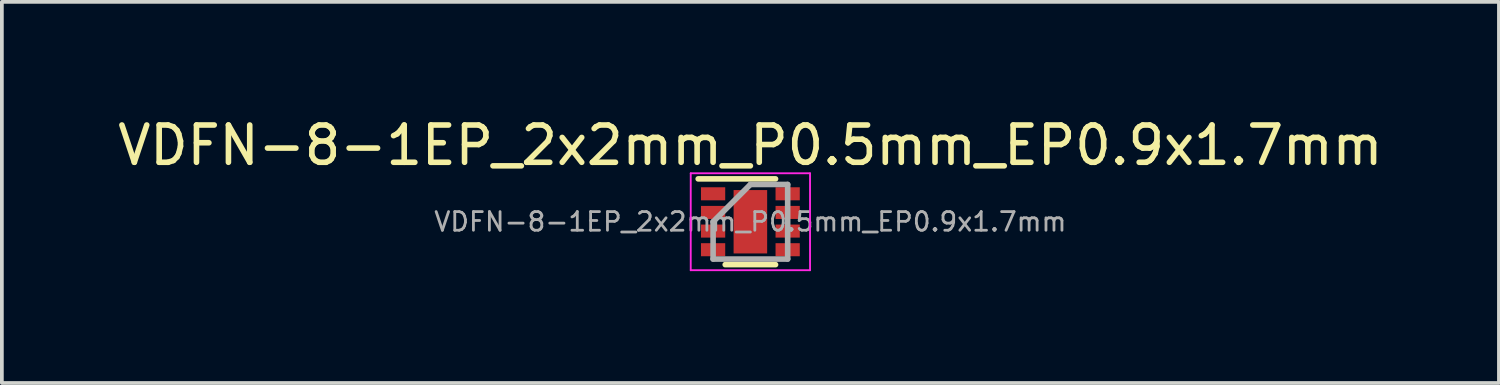
<source format=kicad_pcb>
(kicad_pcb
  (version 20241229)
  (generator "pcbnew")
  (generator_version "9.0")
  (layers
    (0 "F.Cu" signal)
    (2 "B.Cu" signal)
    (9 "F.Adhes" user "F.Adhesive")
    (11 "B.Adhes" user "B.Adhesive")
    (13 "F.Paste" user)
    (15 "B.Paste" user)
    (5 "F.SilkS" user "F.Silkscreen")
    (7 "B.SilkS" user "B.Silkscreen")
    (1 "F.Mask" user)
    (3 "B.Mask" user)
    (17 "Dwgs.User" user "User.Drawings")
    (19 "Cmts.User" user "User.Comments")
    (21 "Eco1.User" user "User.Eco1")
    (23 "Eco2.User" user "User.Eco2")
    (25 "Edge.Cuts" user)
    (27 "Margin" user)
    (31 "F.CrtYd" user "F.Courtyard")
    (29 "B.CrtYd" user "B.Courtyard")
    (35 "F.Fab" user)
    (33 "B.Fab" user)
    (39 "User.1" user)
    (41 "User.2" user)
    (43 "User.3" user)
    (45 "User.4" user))
  (footprint "VDFN-8-1EP_2x2mm_P0.5mm_EP0.9x1.7mm"
    (layer "F.Cu")
    (at 17.077 2.898)
    (property "Reference" "VDFN-8-1EP_2x2mm_P0.5mm_EP0.9x1.7mm" (at 0 -2.05 0) (layer "F.SilkS") (effects (font (size 1 1) (thickness 0.15))))
    (attr smd)
    (fp_line (start -1.4 -1.15) (end 0.675 -1.15) (stroke (width 0.15) (type solid)) (layer "F.SilkS"))
    (fp_line (start -0.675 1.15) (end 0.675 1.15) (stroke (width 0.15) (type solid)) (layer "F.SilkS"))
    (fp_line (start -1.6 -1.3) (end -1.6 1.3) (stroke (width 0.05) (type solid)) (layer "F.CrtYd"))
    (fp_line (start -1.6 -1.3) (end 1.6 -1.3) (stroke (width 0.05) (type solid)) (layer "F.CrtYd"))
    (fp_line (start -1.6 1.3) (end 1.6 1.3) (stroke (width 0.05) (type solid)) (layer "F.CrtYd"))
    (fp_line (start 1.6 -1.3) (end 1.6 1.3) (stroke (width 0.05) (type solid)) (layer "F.CrtYd"))
    (fp_line (start -1 0) (end 0 -1) (stroke (width 0.15) (type solid)) (layer "F.Fab"))
    (fp_line (start -1 1) (end -1 0) (stroke (width 0.15) (type solid)) (layer "F.Fab"))
    (fp_line (start 0 -1) (end 1 -1) (stroke (width 0.15) (type solid)) (layer "F.Fab"))
    (fp_line (start 1 -1) (end 1 1) (stroke (width 0.15) (type solid)) (layer "F.Fab"))
    (fp_line (start 1 1) (end -1 1) (stroke (width 0.15) (type solid)) (layer "F.Fab"))
    (fp_text user "${REFERENCE}" (at 0 0 0) (layer "F.Fab") (effects (font (size 0.5 0.5) (thickness 0.075))))
    (pad "" smd rect (at 0 -0.425) (size 0.72 0.69) (layers "F.Paste"))
    (pad "" smd rect (at 0 0.425) (size 0.72 0.69) (layers "F.Paste"))
    (pad "1" smd rect (at -1 -0.75) (size 0.65 0.35) (layers "F.Cu" "F.Mask" "F.Paste"))
    (pad "2" smd rect (at -1 -0.25) (size 0.65 0.35) (layers "F.Cu" "F.Mask" "F.Paste"))
    (pad "3" smd rect (at -1 0.25) (size 0.65 0.35) (layers "F.Cu" "F.Mask" "F.Paste"))
    (pad "4" smd rect (at -1 0.75) (size 0.65 0.35) (layers "F.Cu" "F.Mask" "F.Paste"))
    (pad "5" smd rect (at 1 0.75) (size 0.65 0.35) (layers "F.Cu" "F.Mask" "F.Paste"))
    (pad "6" smd rect (at 1 0.25) (size 0.65 0.35) (layers "F.Cu" "F.Mask" "F.Paste"))
    (pad "7" smd rect (at 1 -0.25) (size 0.65 0.35) (layers "F.Cu" "F.Mask" "F.Paste"))
    (pad "8" smd rect (at 1 -0.75) (size 0.65 0.35) (layers "F.Cu" "F.Mask" "F.Paste"))
    (pad "9" smd rect (at 0 0) (size 0.9 1.7) (layers "F.Cu" "F.Mask")))
  (gr_rect
    (start -3 -3)
    (end 37.155 7.223)
    (stroke (width 0.1) (type default))
    (fill no)
    (layer "Edge.Cuts")))
</source>
